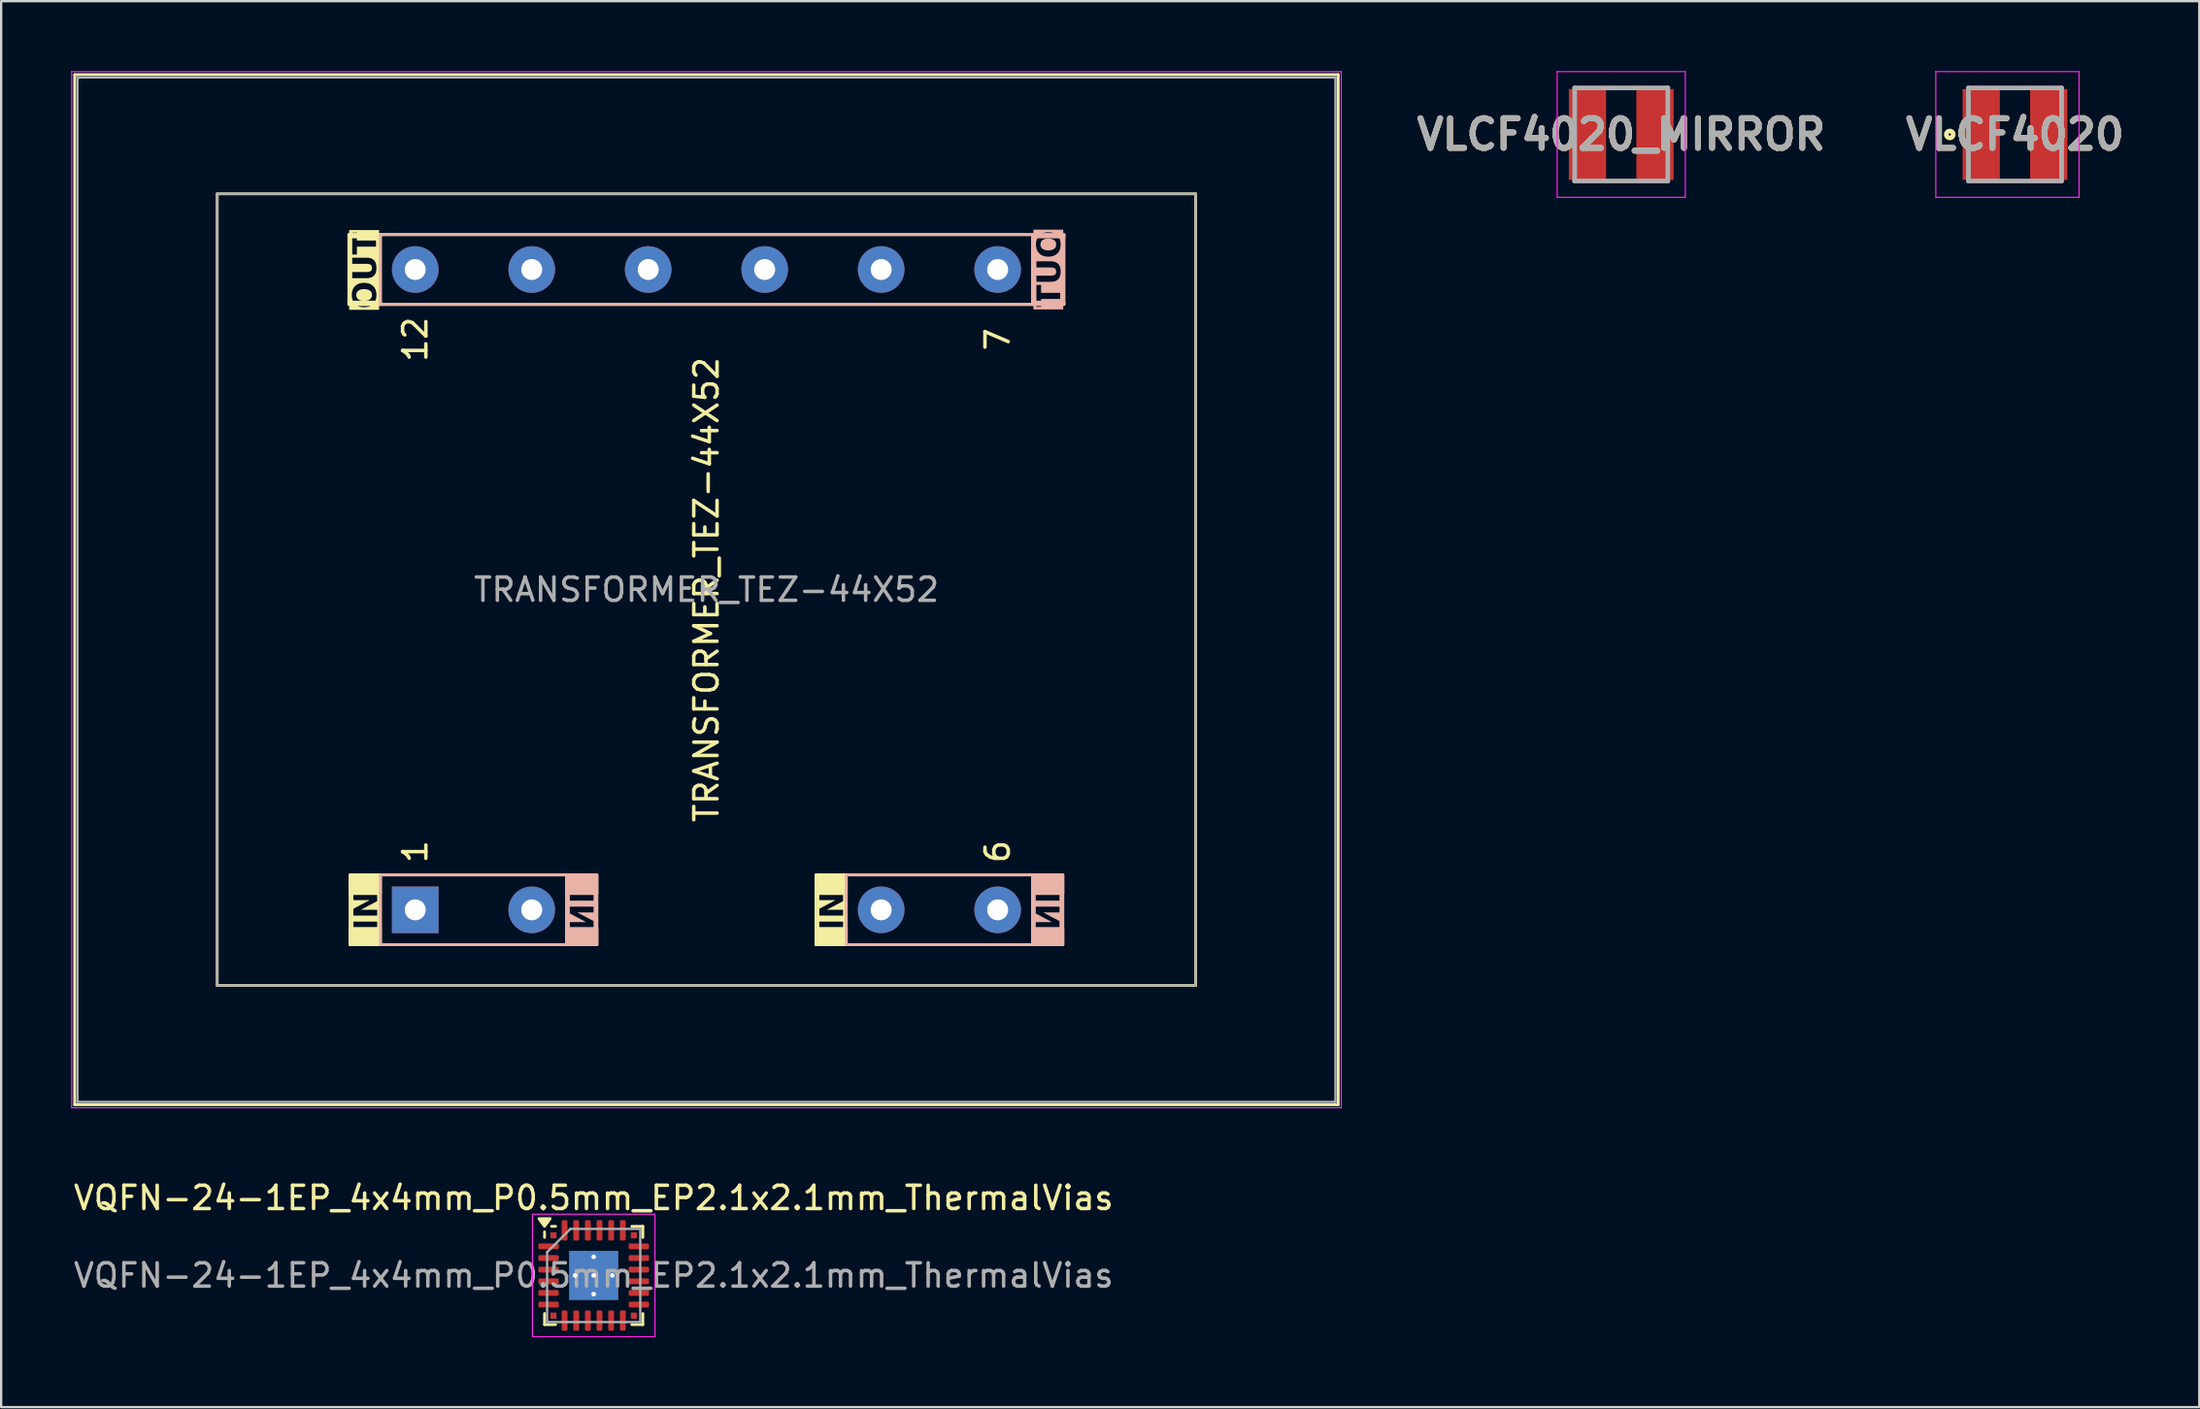
<source format=kicad_pcb>
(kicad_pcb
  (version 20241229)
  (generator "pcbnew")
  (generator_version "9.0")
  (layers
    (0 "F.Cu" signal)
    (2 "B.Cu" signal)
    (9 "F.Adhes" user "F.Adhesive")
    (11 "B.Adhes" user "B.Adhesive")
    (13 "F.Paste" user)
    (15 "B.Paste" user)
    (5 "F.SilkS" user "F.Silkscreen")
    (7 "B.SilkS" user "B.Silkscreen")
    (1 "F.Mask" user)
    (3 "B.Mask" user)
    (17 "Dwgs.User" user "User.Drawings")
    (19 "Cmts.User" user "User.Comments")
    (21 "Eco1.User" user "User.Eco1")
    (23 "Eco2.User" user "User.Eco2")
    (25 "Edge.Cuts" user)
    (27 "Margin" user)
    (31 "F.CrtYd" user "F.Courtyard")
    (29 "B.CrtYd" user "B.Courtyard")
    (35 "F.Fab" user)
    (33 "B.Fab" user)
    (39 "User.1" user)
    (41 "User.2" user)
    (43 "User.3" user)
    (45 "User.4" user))
  (footprint "VQFN-24-1EP_4x4mm_P0.5mm_EP2.1x2.1mm_ThermalVias"
    (layer "F.Cu")
    (at 22.435 51.728)
    (property "Reference" "VQFN-24-1EP_4x4mm_P0.5mm_EP2.1x2.1mm_ThermalVias" (at 0 -3.33 0) (layer "F.SilkS") (effects (font (size 1 1) (thickness 0.15))))
    (attr smd)
    (fp_line (start -2.11 -1.635) (end -2.11 -1.87) (stroke (width 0.12) (type solid)) (layer "F.SilkS"))
    (fp_line (start -2.11 2.11) (end -2.11 1.635) (stroke (width 0.12) (type solid)) (layer "F.SilkS"))
    (fp_line (start -1.635 -2.11) (end -1.81 -2.11) (stroke (width 0.12) (type solid)) (layer "F.SilkS"))
    (fp_line (start -1.635 2.11) (end -2.11 2.11) (stroke (width 0.12) (type solid)) (layer "F.SilkS"))
    (fp_line (start 1.635 -2.11) (end 2.11 -2.11) (stroke (width 0.12) (type solid)) (layer "F.SilkS"))
    (fp_line (start 1.635 2.11) (end 2.11 2.11) (stroke (width 0.12) (type solid)) (layer "F.SilkS"))
    (fp_line (start 2.11 -2.11) (end 2.11 -1.635) (stroke (width 0.12) (type solid)) (layer "F.SilkS"))
    (fp_line (start 2.11 2.11) (end 2.11 1.635) (stroke (width 0.12) (type solid)) (layer "F.SilkS"))
    (fp_poly (pts (xy -2.11 -2.11) (xy -2.35 -2.44) (xy -1.87 -2.44) (xy -2.11 -2.11)) (stroke (width 0.12) (type solid)) (fill yes) (layer "F.SilkS"))
    (fp_line (start -2.63 -2.63) (end -2.63 2.63) (stroke (width 0.05) (type solid)) (layer "F.CrtYd"))
    (fp_line (start -2.63 2.63) (end 2.63 2.63) (stroke (width 0.05) (type solid)) (layer "F.CrtYd"))
    (fp_line (start 2.63 -2.63) (end -2.63 -2.63) (stroke (width 0.05) (type solid)) (layer "F.CrtYd"))
    (fp_line (start 2.63 2.63) (end 2.63 -2.63) (stroke (width 0.05) (type solid)) (layer "F.CrtYd"))
    (fp_line (start -2 -1) (end -1 -2) (stroke (width 0.1) (type solid)) (layer "F.Fab"))
    (fp_line (start -2 2) (end -2 -1) (stroke (width 0.1) (type solid)) (layer "F.Fab"))
    (fp_line (start -1 -2) (end 2 -2) (stroke (width 0.1) (type solid)) (layer "F.Fab"))
    (fp_line (start 2 -2) (end 2 2) (stroke (width 0.1) (type solid)) (layer "F.Fab"))
    (fp_line (start 2 2) (end -2 2) (stroke (width 0.1) (type solid)) (layer "F.Fab"))
    (fp_text user "${REFERENCE}" (at 0 0 0) (layer "F.Fab") (effects (font (size 1 1) (thickness 0.15))))
    (pad "" smd roundrect (at -0.525 -0.525) (size 0.85 0.85) (layers "F.Paste") (roundrect_rratio 0.25))
    (pad "" smd roundrect (at -0.525 0.525) (size 0.85 0.85) (layers "F.Paste") (roundrect_rratio 0.25))
    (pad "" smd roundrect (at 0.525 -0.525) (size 0.85 0.85) (layers "F.Paste") (roundrect_rratio 0.25))
    (pad "" smd roundrect (at 0.525 0.525) (size 0.85 0.85) (layers "F.Paste") (roundrect_rratio 0.25))
    (pad "1" smd roundrect (at -1.938 -1.25) (size 0.875 0.25) (layers "F.Cu" "F.Mask" "F.Paste") (roundrect_rratio 0.25))
    (pad "2" smd roundrect (at -1.938 -0.75) (size 0.875 0.25) (layers "F.Cu" "F.Mask" "F.Paste") (roundrect_rratio 0.25))
    (pad "3" smd roundrect (at -1.938 -0.25) (size 0.875 0.25) (layers "F.Cu" "F.Mask" "F.Paste") (roundrect_rratio 0.25))
    (pad "4" smd roundrect (at -1.938 0.25) (size 0.875 0.25) (layers "F.Cu" "F.Mask" "F.Paste") (roundrect_rratio 0.25))
    (pad "5" smd roundrect (at -1.938 0.75) (size 0.875 0.25) (layers "F.Cu" "F.Mask" "F.Paste") (roundrect_rratio 0.25))
    (pad "6" smd roundrect (at -1.938 1.25) (size 0.875 0.25) (layers "F.Cu" "F.Mask" "F.Paste") (roundrect_rratio 0.25))
    (pad "7" smd roundrect (at -1.25 1.938) (size 0.25 0.875) (layers "F.Cu" "F.Mask" "F.Paste") (roundrect_rratio 0.25))
    (pad "8" smd roundrect (at -0.75 1.938) (size 0.25 0.875) (layers "F.Cu" "F.Mask" "F.Paste") (roundrect_rratio 0.25))
    (pad "9" smd roundrect (at -0.25 1.938) (size 0.25 0.875) (layers "F.Cu" "F.Mask" "F.Paste") (roundrect_rratio 0.25))
    (pad "10" smd roundrect (at 0.25 1.938) (size 0.25 0.875) (layers "F.Cu" "F.Mask" "F.Paste") (roundrect_rratio 0.25))
    (pad "11" smd roundrect (at 0.75 1.938) (size 0.25 0.875) (layers "F.Cu" "F.Mask" "F.Paste") (roundrect_rratio 0.25))
    (pad "12" smd roundrect (at 1.25 1.938) (size 0.25 0.875) (layers "F.Cu" "F.Mask" "F.Paste") (roundrect_rratio 0.25))
    (pad "13" smd roundrect (at 1.938 1.25) (size 0.875 0.25) (layers "F.Cu" "F.Mask" "F.Paste") (roundrect_rratio 0.25))
    (pad "14" smd roundrect (at 1.938 0.75) (size 0.875 0.25) (layers "F.Cu" "F.Mask" "F.Paste") (roundrect_rratio 0.25))
    (pad "15" smd roundrect (at 1.938 0.25) (size 0.875 0.25) (layers "F.Cu" "F.Mask" "F.Paste") (roundrect_rratio 0.25))
    (pad "16" smd roundrect (at 1.938 -0.25) (size 0.875 0.25) (layers "F.Cu" "F.Mask" "F.Paste") (roundrect_rratio 0.25))
    (pad "17" smd roundrect (at 1.938 -0.75) (size 0.875 0.25) (layers "F.Cu" "F.Mask" "F.Paste") (roundrect_rratio 0.25))
    (pad "18" smd roundrect (at 1.938 -1.25) (size 0.875 0.25) (layers "F.Cu" "F.Mask" "F.Paste") (roundrect_rratio 0.25))
    (pad "19" smd roundrect (at 1.25 -1.938) (size 0.25 0.875) (layers "F.Cu" "F.Mask" "F.Paste") (roundrect_rratio 0.25))
    (pad "20" smd roundrect (at 0.75 -1.938) (size 0.25 0.875) (layers "F.Cu" "F.Mask" "F.Paste") (roundrect_rratio 0.25))
    (pad "21" smd roundrect (at 0.25 -1.938) (size 0.25 0.875) (layers "F.Cu" "F.Mask" "F.Paste") (roundrect_rratio 0.25))
    (pad "22" smd roundrect (at -0.25 -1.938) (size 0.25 0.875) (layers "F.Cu" "F.Mask" "F.Paste") (roundrect_rratio 0.25))
    (pad "23" smd roundrect (at -0.75 -1.938) (size 0.25 0.875) (layers "F.Cu" "F.Mask" "F.Paste") (roundrect_rratio 0.25))
    (pad "24" smd roundrect (at -1.25 -1.938) (size 0.25 0.875) (layers "F.Cu" "F.Mask" "F.Paste") (roundrect_rratio 0.25))
    (pad "25" thru_hole circle (at -0.8 0) (size 0.5 0.5) (drill 0.2) (property pad_prop_heatsink) (layers "*.Cu"))
    (pad "25" thru_hole circle (at 0 -0.8) (size 0.5 0.5) (drill 0.2) (property pad_prop_heatsink) (layers "*.Cu"))
    (pad "25" thru_hole circle (at 0 0) (size 0.5 0.5) (drill 0.2) (property pad_prop_heatsink) (layers "*.Cu"))
    (pad "25" smd rect (at 0 0) (size 2.1 2.1) (property pad_prop_heatsink) (layers "F.Cu" "F.Mask"))
    (pad "25" smd rect (at 0 0) (size 2.1 2.1) (property pad_prop_heatsink) (layers "B.Cu"))
    (pad "25" thru_hole circle (at 0 0.8) (size 0.5 0.5) (drill 0.2) (property pad_prop_heatsink) (layers "*.Cu"))
    (pad "25" thru_hole circle (at 0.8 0) (size 0.5 0.5) (drill 0.2) (property pad_prop_heatsink) (layers "*.Cu"))
    (pad "A1" smd rect (at -1.725 -1.725) (size 0.26 0.26) (property pad_prop_heatsink) (layers "F.Cu" "F.Mask" "F.Paste"))
    (pad "A2" smd rect (at -1.725 1.725) (size 0.26 0.26) (property pad_prop_heatsink) (layers "F.Cu" "F.Mask" "F.Paste"))
    (pad "A3" smd rect (at 1.725 1.725) (size 0.26 0.26) (property pad_prop_heatsink) (layers "F.Cu" "F.Mask" "F.Paste"))
    (pad "A4" smd rect (at 1.725 -1.725) (size 0.26 0.26) (property pad_prop_heatsink) (layers "F.Cu" "F.Mask" "F.Paste")))
  (footprint "VLCF4020_MIRROR"
    (layer "F.Cu")
    (at 66.543 2.725)
    (property "Reference" "VLCF4020_MIRROR" (at 0 0 0) (layer "F.SilkS") (effects (font (size 1.27 1.27) (thickness 0.254))))
    (attr smd)
    (fp_line (start -2.75 -2.7) (end 2.75 -2.7) (stroke (width 0.05) (type solid)) (layer "F.CrtYd"))
    (fp_line (start -2.75 2.7) (end -2.75 -2.7) (stroke (width 0.05) (type solid)) (layer "F.CrtYd"))
    (fp_line (start 2.75 -2.7) (end 2.75 2.7) (stroke (width 0.05) (type solid)) (layer "F.CrtYd"))
    (fp_line (start 2.75 2.7) (end -2.75 2.7) (stroke (width 0.05) (type solid)) (layer "F.CrtYd"))
    (fp_line (start -2 -2) (end 2 -2) (stroke (width 0.2) (type solid)) (layer "F.Fab"))
    (fp_line (start -2 2) (end -2 -2) (stroke (width 0.2) (type solid)) (layer "F.Fab"))
    (fp_line (start 2 -2) (end 2 2) (stroke (width 0.2) (type solid)) (layer "F.Fab"))
    (fp_line (start 2 2) (end -2 2) (stroke (width 0.2) (type solid)) (layer "F.Fab"))
    (fp_text user "${REFERENCE}" (at 0 0 0) (layer "F.Fab") (effects (font (size 1.27 1.27) (thickness 0.254))))
    (pad "1" smd rect (at -1.45 0) (size 1.6 3.9) (layers "F.Cu" "F.Mask" "F.Paste"))
    (pad "2" smd rect (at 1.45 0) (size 1.6 3.9) (layers "F.Cu" "F.Mask" "F.Paste")))
  (footprint "VLCF4020"
    (layer "F.Cu")
    (at 83.446 2.725)
    (property "Reference" "VLCF4020" (at 0 0 0) (layer "F.SilkS") (effects (font (size 1.27 1.27) (thickness 0.254))))
    (attr smd)
    (fp_circle (center -2.8 0) (end -2.8 0.05) (stroke (width 0.2) (type solid)) (fill no) (layer "F.SilkS"))
    (fp_line (start -3.4 -2.7) (end 2.75 -2.7) (stroke (width 0.05) (type solid)) (layer "F.CrtYd"))
    (fp_line (start -3.4 2.7) (end -3.4 -2.7) (stroke (width 0.05) (type solid)) (layer "F.CrtYd"))
    (fp_line (start 2.75 -2.7) (end 2.75 2.7) (stroke (width 0.05) (type solid)) (layer "F.CrtYd"))
    (fp_line (start 2.75 2.7) (end -3.4 2.7) (stroke (width 0.05) (type solid)) (layer "F.CrtYd"))
    (fp_line (start -2 -2) (end 2 -2) (stroke (width 0.2) (type solid)) (layer "F.Fab"))
    (fp_line (start -2 2) (end -2 -2) (stroke (width 0.2) (type solid)) (layer "F.Fab"))
    (fp_line (start 2 -2) (end 2 2) (stroke (width 0.2) (type solid)) (layer "F.Fab"))
    (fp_line (start 2 2) (end -2 2) (stroke (width 0.2) (type solid)) (layer "F.Fab"))
    (fp_text user "${REFERENCE}" (at 0 0 0) (layer "F.Fab") (effects (font (size 1.27 1.27) (thickness 0.254))))
    (pad "1" smd rect (at -1.45 0) (size 1.6 3.9) (layers "F.Cu" "F.Mask" "F.Paste"))
    (pad "2" smd rect (at 1.45 0) (size 1.6 3.9) (layers "F.Cu" "F.Mask" "F.Paste")))
  (footprint "TRANSFORMER_TEZ-44X52"
    (layer "F.Cu")
    (at 14.775 36.025)
    (property "Reference" "TRANSFORMER_TEZ-44X52" (at 12.5 -13.75 90) (layer "F.SilkS") (effects (font (size 1 1) (thickness 0.15))))
    (attr through_hole)
    (fp_line (start -14.62 -35.87) (end -14.62 8.37) (stroke (width 0.12) (type solid)) (layer "F.SilkS"))
    (fp_line (start -14.62 -35.87) (end 39.62 -35.87) (stroke (width 0.12) (type solid)) (layer "F.SilkS"))
    (fp_line (start -8.5 -30.75) (end 33.5 -30.75) (stroke (width 0.12) (type solid)) (layer "F.SilkS"))
    (fp_line (start -8.5 3.25) (end -8.5 -30.75) (stroke (width 0.12) (type solid)) (layer "F.SilkS"))
    (fp_line (start 33.5 -30.75) (end 33.5 3.25) (stroke (width 0.12) (type solid)) (layer "F.SilkS"))
    (fp_line (start 33.5 3.25) (end -8.5 3.25) (stroke (width 0.12) (type solid)) (layer "F.SilkS"))
    (fp_line (start 39.62 8.37) (end -14.62 8.37) (stroke (width 0.12) (type solid)) (layer "F.SilkS"))
    (fp_line (start 39.62 8.37) (end 39.62 -35.87) (stroke (width 0.12) (type solid)) (layer "F.SilkS"))
    (fp_rect (start -2.85 -29) (end -1.5 -28.9) (stroke (width 0.12) (type solid)) (fill no) (layer "F.SilkS"))
    (fp_rect (start -2.85 -29) (end -1.5 -26) (stroke (width 0.12) (type solid)) (fill no) (layer "F.SilkS"))
    (fp_rect (start -2.85 -26.1) (end -1.5 -26) (stroke (width 0.12) (type solid)) (fill no) (layer "F.SilkS"))
    (fp_rect (start -2.8 -1.5) (end -1.5 -0.7) (stroke (width 0.12) (type solid)) (fill yes) (layer "F.SilkS"))
    (fp_rect (start -2.8 -1.5) (end -1.5 1.5) (stroke (width 0.12) (type solid)) (fill no) (layer "F.SilkS"))
    (fp_rect (start -2.8 0.8) (end -1.5 1.5) (stroke (width 0.12) (type solid)) (fill yes) (layer "F.SilkS"))
    (fp_rect (start -1.5 -29) (end 26.5 -26) (stroke (width 0.12) (type solid)) (fill no) (layer "F.SilkS"))
    (fp_rect (start -1.5 -1.5) (end 6.5 1.5) (stroke (width 0.12) (type solid)) (fill no) (layer "F.SilkS"))
    (fp_rect (start 17.2 -1.5) (end 18.5 -0.7) (stroke (width 0.12) (type solid)) (fill yes) (layer "F.SilkS"))
    (fp_rect (start 17.2 -1.5) (end 18.5 1.5) (stroke (width 0.12) (type solid)) (fill no) (layer "F.SilkS"))
    (fp_rect (start 17.2 0.8) (end 18.5 1.5) (stroke (width 0.12) (type solid)) (fill yes) (layer "F.SilkS"))
    (fp_rect (start 18.5 -1.5) (end 26.5 1.5) (stroke (width 0.12) (type solid)) (fill no) (layer "F.SilkS"))
    (fp_rect (start -1.5 -29) (end 26.5 -26) (stroke (width 0.12) (type solid)) (fill no) (layer "B.SilkS"))
    (fp_rect (start -1.5 -1.5) (end 6.5 1.5) (stroke (width 0.12) (type solid)) (fill no) (layer "B.SilkS"))
    (fp_rect (start 6.5 -1.5) (end 7.8 -0.7) (stroke (width 0.12) (type solid)) (fill yes) (layer "B.SilkS"))
    (fp_rect (start 6.5 -1.5) (end 7.8 1.5) (stroke (width 0.12) (type solid)) (fill no) (layer "B.SilkS"))
    (fp_rect (start 6.5 0.8) (end 7.8 1.5) (stroke (width 0.12) (type solid)) (fill yes) (layer "B.SilkS"))
    (fp_rect (start 18.5 -1.5) (end 26.5 1.5) (stroke (width 0.12) (type solid)) (fill no) (layer "B.SilkS"))
    (fp_rect (start 26.5 -29) (end 27.85 -28.9) (stroke (width 0.12) (type solid)) (fill no) (layer "B.SilkS"))
    (fp_rect (start 26.5 -29) (end 27.85 -26) (stroke (width 0.12) (type solid)) (fill no) (layer "B.SilkS"))
    (fp_rect (start 26.5 -26.1) (end 27.85 -26) (stroke (width 0.12) (type solid)) (fill no) (layer "B.SilkS"))
    (fp_rect (start 26.5 -1.5) (end 27.8 -0.7) (stroke (width 0.12) (type solid)) (fill yes) (layer "B.SilkS"))
    (fp_rect (start 26.5 -1.5) (end 27.8 1.5) (stroke (width 0.12) (type solid)) (fill no) (layer "B.SilkS"))
    (fp_rect (start 26.5 0.8) (end 27.8 1.5) (stroke (width 0.12) (type solid)) (fill yes) (layer "B.SilkS"))
    (fp_line (start -14.75 -36) (end -14.75 8.5) (stroke (width 0.05) (type solid)) (layer "F.CrtYd"))
    (fp_line (start -14.75 -36) (end 39.75 -36) (stroke (width 0.05) (type solid)) (layer "F.CrtYd"))
    (fp_line (start 39.75 8.5) (end -14.75 8.5) (stroke (width 0.05) (type solid)) (layer "F.CrtYd"))
    (fp_line (start 39.75 8.5) (end 39.75 -36) (stroke (width 0.05) (type solid)) (layer "F.CrtYd"))
    (fp_line (start -14.5 -35.75) (end 39.5 -35.75) (stroke (width 0.1) (type solid)) (layer "F.Fab"))
    (fp_line (start -14.5 8.25) (end -14.5 -35.75) (stroke (width 0.1) (type solid)) (layer "F.Fab"))
    (fp_line (start -8.5 -30.75) (end 33.5 -30.75) (stroke (width 0.1) (type solid)) (layer "F.Fab"))
    (fp_line (start -8.5 3.25) (end -8.5 -30.75) (stroke (width 0.1) (type solid)) (layer "F.Fab"))
    (fp_line (start 33.5 -30.75) (end 33.5 3.25) (stroke (width 0.1) (type solid)) (layer "F.Fab"))
    (fp_line (start 33.5 3.25) (end -8.5 3.25) (stroke (width 0.1) (type solid)) (layer "F.Fab"))
    (fp_line (start 39.5 -35.75) (end 39.5 8.25) (stroke (width 0.1) (type solid)) (layer "F.Fab"))
    (fp_line (start 39.5 8.25) (end -14.5 8.25) (stroke (width 0.1) (type solid)) (layer "F.Fab"))
    (fp_text user "6" (at 25 -2.5 90) (layer "F.SilkS") (effects (font (size 1 1) (thickness 0.15))))
    (fp_text user "OUT" (at -2.1 -27.45 90) (layer "F.SilkS" knockout) (effects (font (face "Century Gothic") (size 1 1) (thickness 0.2) (bold yes))))
    (fp_text user "7" (at 25 -24.5 90) (layer "F.SilkS") (effects (font (size 1 1) (thickness 0.15))))
    (fp_text user "1" (at 0 -2.5 90) (layer "F.SilkS") (effects (font (size 1 1) (thickness 0.15))))
    (fp_text user "12" (at 0 -24.5 90) (layer "F.SilkS") (effects (font (size 1 1) (thickness 0.15))))
    (fp_text user "IN" (at 17.95 0.05 90) (layer "F.SilkS" knockout) (effects (font (face "Century Gothic") (size 1 1) (thickness 0.2) (bold yes))))
    (fp_text user "IN" (at -2.05 0.05 90) (layer "F.SilkS" knockout) (effects (font (face "Century Gothic") (size 1 1) (thickness 0.2) (bold yes))))
    (fp_text user "IN" (at 7.24 0.06 270) (layer "B.SilkS" knockout) (effects (font (face "Century Gothic") (size 1 1) (thickness 0.2) (bold yes)) (justify mirror)))
    (fp_text user "IN" (at 27.24 0.06 270) (layer "B.SilkS" knockout) (effects (font (face "Century Gothic") (size 1 1) (thickness 0.2) (bold yes)) (justify mirror)))
    (fp_text user "OUT" (at 27.27 -27.53 270) (layer "B.SilkS" knockout) (effects (font (face "Century Gothic") (size 1 1) (thickness 0.2) (bold yes)) (justify mirror)))
    (fp_text user "${REFERENCE}" (at 12.5 -13.75 0) (layer "F.Fab") (effects (font (size 1 1) (thickness 0.15))))
    (pad "1" thru_hole rect (at 0 0) (size 2 2) (drill 0.9) (layers "*.Cu" "*.Mask"))
    (pad "2" thru_hole circle (at 5 0) (size 2 2) (drill 0.9) (layers "*.Cu" "*.Mask"))
    (pad "5" thru_hole circle (at 20 0) (size 2 2) (drill 0.9) (layers "*.Cu" "*.Mask"))
    (pad "6" thru_hole circle (at 25 0) (size 2 2) (drill 0.9) (layers "*.Cu" "*.Mask"))
    (pad "7" thru_hole circle (at 25 -27.5) (size 2 2) (drill 0.9) (layers "*.Cu" "*.Mask"))
    (pad "8" thru_hole circle (at 20 -27.5) (size 2 2) (drill 0.9) (layers "*.Cu" "*.Mask"))
    (pad "9" thru_hole circle (at 15 -27.5) (size 2 2) (drill 0.9) (layers "*.Cu" "*.Mask"))
    (pad "10" thru_hole circle (at 10 -27.5) (size 2 2) (drill 0.9) (layers "*.Cu" "*.Mask"))
    (pad "11" thru_hole circle (at 5 -27.5) (size 2 2) (drill 0.9) (layers "*.Cu" "*.Mask"))
    (pad "12" thru_hole circle (at 0 -27.5) (size 2 2) (drill 0.9) (layers "*.Cu" "*.Mask")))
  (gr_rect
    (start -3 -3)
    (end 91.357 57.383)
    (stroke (width 0.1) (type default))
    (fill no)
    (layer "Edge.Cuts")))
</source>
